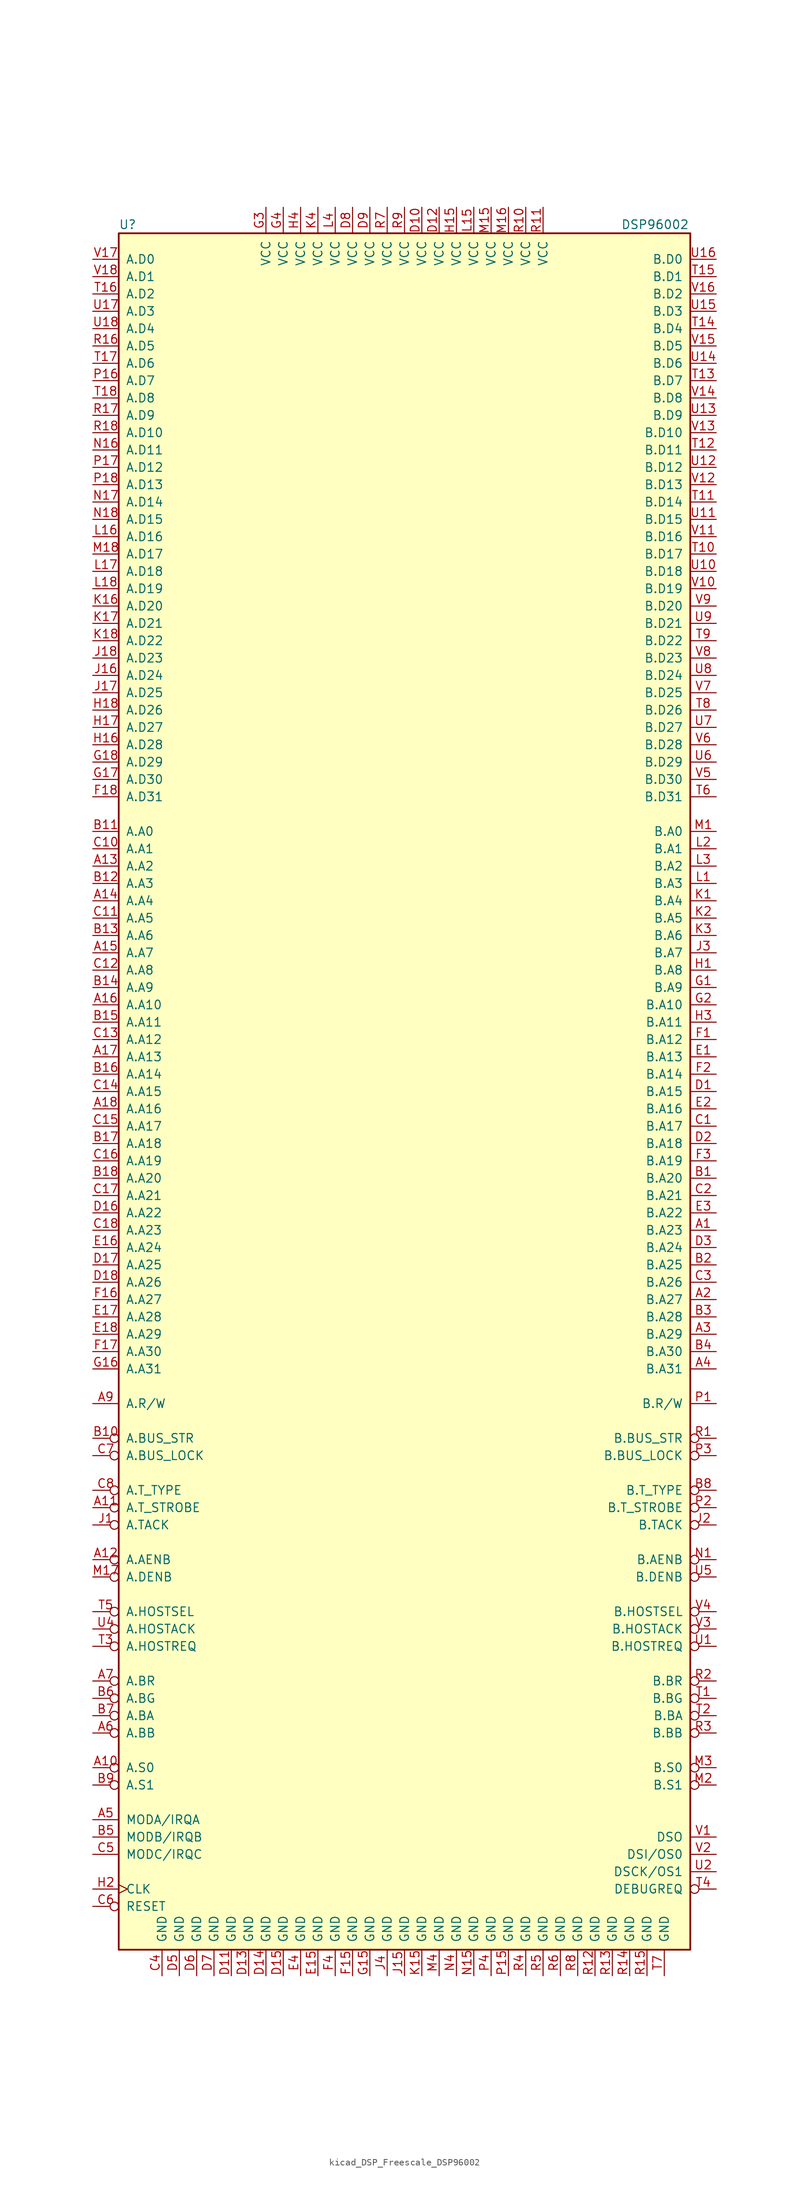
<source format=kicad_sym>
(kicad_symbol_lib
  (version 20220914)
  (generator kicad_symbol_editor)
  (symbol "kicad_DSP_Freescale_DSP96002"
    (pin_names
      (offset 1.016))
    (property "Reference" "U"
      (at -41.91 127 0)
      (effects (font (size 1.27 1.27)) (justify left)))
    (property "Value" "DSP96002"
      (at 31.75 127 0)
      (effects (font (size 1.27 1.27)) (justify left)))
    (symbol "kicad_DSP_Freescale_DSP96002_0_1"
      (rectangle (start -41.91 -125.73) (end 41.91 125.73) (stroke (width 0.254) (type default)) (fill (type background))))
    (symbol "kicad_DSP_Freescale_DSP96002_1_1"
      (pin tri_state line (at 45.72 -20.32 180) (length 3.81) (name "B.A23" (effects (font (size 1.27 1.27)))) (number "A1" (effects (font (size 1.27 1.27)))))
      (pin tri_state inverted (at -45.72 -99.06 0) (length 3.81) (name "A.S0" (effects (font (size 1.27 1.27)))) (number "A10" (effects (font (size 1.27 1.27)))))
      (pin tri_state inverted (at -45.72 -60.96 0) (length 3.81) (name "A.T_STROBE" (effects (font (size 1.27 1.27)))) (number "A11" (effects (font (size 1.27 1.27)))))
      (pin input inverted (at -45.72 -68.58 0) (length 3.81) (name "A.AENB" (effects (font (size 1.27 1.27)))) (number "A12" (effects (font (size 1.27 1.27)))))
      (pin tri_state line (at -45.72 33.02 0) (length 3.81) (name "A.A2" (effects (font (size 1.27 1.27)))) (number "A13" (effects (font (size 1.27 1.27)))))
      (pin tri_state line (at -45.72 27.94 0) (length 3.81) (name "A.A4" (effects (font (size 1.27 1.27)))) (number "A14" (effects (font (size 1.27 1.27)))))
      (pin tri_state line (at -45.72 20.32 0) (length 3.81) (name "A.A7" (effects (font (size 1.27 1.27)))) (number "A15" (effects (font (size 1.27 1.27)))))
      (pin tri_state line (at -45.72 12.7 0) (length 3.81) (name "A.A10" (effects (font (size 1.27 1.27)))) (number "A16" (effects (font (size 1.27 1.27)))))
      (pin tri_state line (at -45.72 5.08 0) (length 3.81) (name "A.A13" (effects (font (size 1.27 1.27)))) (number "A17" (effects (font (size 1.27 1.27)))))
      (pin tri_state line (at -45.72 -2.54 0) (length 3.81) (name "A.A16" (effects (font (size 1.27 1.27)))) (number "A18" (effects (font (size 1.27 1.27)))))
      (pin tri_state line (at 45.72 -30.48 180) (length 3.81) (name "B.A27" (effects (font (size 1.27 1.27)))) (number "A2" (effects (font (size 1.27 1.27)))))
      (pin tri_state line (at 45.72 -35.56 180) (length 3.81) (name "B.A29" (effects (font (size 1.27 1.27)))) (number "A3" (effects (font (size 1.27 1.27)))))
      (pin tri_state line (at 45.72 -40.64 180) (length 3.81) (name "B.A31" (effects (font (size 1.27 1.27)))) (number "A4" (effects (font (size 1.27 1.27)))))
      (pin input line (at -45.72 -106.68 0) (length 3.81) (name "MODA/IRQA" (effects (font (size 1.27 1.27)))) (number "A5" (effects (font (size 1.27 1.27)))))
      (pin input inverted (at -45.72 -93.98 0) (length 3.81) (name "A.BB" (effects (font (size 1.27 1.27)))) (number "A6" (effects (font (size 1.27 1.27)))))
      (pin output inverted (at -45.72 -86.36 0) (length 3.81) (name "A.BR" (effects (font (size 1.27 1.27)))) (number "A7" (effects (font (size 1.27 1.27)))))
      (pin tri_state line (at -45.72 -45.72 0) (length 3.81) (name "A.R/W" (effects (font (size 1.27 1.27)))) (number "A9" (effects (font (size 1.27 1.27)))))
      (pin tri_state line (at 45.72 -12.7 180) (length 3.81) (name "B.A20" (effects (font (size 1.27 1.27)))) (number "B1" (effects (font (size 1.27 1.27)))))
      (pin output inverted (at -45.72 -50.8 0) (length 3.81) (name "A.BUS_STR" (effects (font (size 1.27 1.27)))) (number "B10" (effects (font (size 1.27 1.27)))))
      (pin tri_state line (at -45.72 38.1 0) (length 3.81) (name "A.A0" (effects (font (size 1.27 1.27)))) (number "B11" (effects (font (size 1.27 1.27)))))
      (pin tri_state line (at -45.72 30.48 0) (length 3.81) (name "A.A3" (effects (font (size 1.27 1.27)))) (number "B12" (effects (font (size 1.27 1.27)))))
      (pin tri_state line (at -45.72 22.86 0) (length 3.81) (name "A.A6" (effects (font (size 1.27 1.27)))) (number "B13" (effects (font (size 1.27 1.27)))))
      (pin tri_state line (at -45.72 15.24 0) (length 3.81) (name "A.A9" (effects (font (size 1.27 1.27)))) (number "B14" (effects (font (size 1.27 1.27)))))
      (pin tri_state line (at -45.72 10.16 0) (length 3.81) (name "A.A11" (effects (font (size 1.27 1.27)))) (number "B15" (effects (font (size 1.27 1.27)))))
      (pin tri_state line (at -45.72 2.54 0) (length 3.81) (name "A.A14" (effects (font (size 1.27 1.27)))) (number "B16" (effects (font (size 1.27 1.27)))))
      (pin tri_state line (at -45.72 -7.62 0) (length 3.81) (name "A.A18" (effects (font (size 1.27 1.27)))) (number "B17" (effects (font (size 1.27 1.27)))))
      (pin tri_state line (at -45.72 -12.7 0) (length 3.81) (name "A.A20" (effects (font (size 1.27 1.27)))) (number "B18" (effects (font (size 1.27 1.27)))))
      (pin tri_state line (at 45.72 -25.4 180) (length 3.81) (name "B.A25" (effects (font (size 1.27 1.27)))) (number "B2" (effects (font (size 1.27 1.27)))))
      (pin tri_state line (at 45.72 -33.02 180) (length 3.81) (name "B.A28" (effects (font (size 1.27 1.27)))) (number "B3" (effects (font (size 1.27 1.27)))))
      (pin tri_state line (at 45.72 -38.1 180) (length 3.81) (name "B.A30" (effects (font (size 1.27 1.27)))) (number "B4" (effects (font (size 1.27 1.27)))))
      (pin input line (at -45.72 -109.22 0) (length 3.81) (name "MODB/IRQB" (effects (font (size 1.27 1.27)))) (number "B5" (effects (font (size 1.27 1.27)))))
      (pin input inverted (at -45.72 -88.9 0) (length 3.81) (name "A.BG" (effects (font (size 1.27 1.27)))) (number "B6" (effects (font (size 1.27 1.27)))))
      (pin open_collector inverted (at -45.72 -91.44 0) (length 3.81) (name "A.BA" (effects (font (size 1.27 1.27)))) (number "B7" (effects (font (size 1.27 1.27)))))
      (pin output inverted (at 45.72 -58.42 180) (length 3.81) (name "B.T_TYPE" (effects (font (size 1.27 1.27)))) (number "B8" (effects (font (size 1.27 1.27)))))
      (pin tri_state inverted (at -45.72 -101.6 0) (length 3.81) (name "A.S1" (effects (font (size 1.27 1.27)))) (number "B9" (effects (font (size 1.27 1.27)))))
      (pin tri_state line (at 45.72 -5.08 180) (length 3.81) (name "B.A17" (effects (font (size 1.27 1.27)))) (number "C1" (effects (font (size 1.27 1.27)))))
      (pin tri_state line (at -45.72 35.56 0) (length 3.81) (name "A.A1" (effects (font (size 1.27 1.27)))) (number "C10" (effects (font (size 1.27 1.27)))))
      (pin tri_state line (at -45.72 25.4 0) (length 3.81) (name "A.A5" (effects (font (size 1.27 1.27)))) (number "C11" (effects (font (size 1.27 1.27)))))
      (pin tri_state line (at -45.72 17.78 0) (length 3.81) (name "A.A8" (effects (font (size 1.27 1.27)))) (number "C12" (effects (font (size 1.27 1.27)))))
      (pin tri_state line (at -45.72 7.62 0) (length 3.81) (name "A.A12" (effects (font (size 1.27 1.27)))) (number "C13" (effects (font (size 1.27 1.27)))))
      (pin tri_state line (at -45.72 0 0) (length 3.81) (name "A.A15" (effects (font (size 1.27 1.27)))) (number "C14" (effects (font (size 1.27 1.27)))))
      (pin tri_state line (at -45.72 -5.08 0) (length 3.81) (name "A.A17" (effects (font (size 1.27 1.27)))) (number "C15" (effects (font (size 1.27 1.27)))))
      (pin tri_state line (at -45.72 -10.16 0) (length 3.81) (name "A.A19" (effects (font (size 1.27 1.27)))) (number "C16" (effects (font (size 1.27 1.27)))))
      (pin tri_state line (at -45.72 -15.24 0) (length 3.81) (name "A.A21" (effects (font (size 1.27 1.27)))) (number "C17" (effects (font (size 1.27 1.27)))))
      (pin tri_state line (at -45.72 -20.32 0) (length 3.81) (name "A.A23" (effects (font (size 1.27 1.27)))) (number "C18" (effects (font (size 1.27 1.27)))))
      (pin tri_state line (at 45.72 -15.24 180) (length 3.81) (name "B.A21" (effects (font (size 1.27 1.27)))) (number "C2" (effects (font (size 1.27 1.27)))))
      (pin tri_state line (at 45.72 -27.94 180) (length 3.81) (name "B.A26" (effects (font (size 1.27 1.27)))) (number "C3" (effects (font (size 1.27 1.27)))))
      (pin power_in line (at -35.56 -129.54 90) (length 3.81) (name "GND" (effects (font (size 1.27 1.27)))) (number "C4" (effects (font (size 1.27 1.27)))))
      (pin input line (at -45.72 -111.76 0) (length 3.81) (name "MODC/IRQC" (effects (font (size 1.27 1.27)))) (number "C5" (effects (font (size 1.27 1.27)))))
      (pin input inverted (at -45.72 -119.38 0) (length 3.81) (name "RESET" (effects (font (size 1.27 1.27)))) (number "C6" (effects (font (size 1.27 1.27)))))
      (pin output inverted (at -45.72 -53.34 0) (length 3.81) (name "A.BUS_LOCK" (effects (font (size 1.27 1.27)))) (number "C7" (effects (font (size 1.27 1.27)))))
      (pin output inverted (at -45.72 -58.42 0) (length 3.81) (name "A.T_TYPE" (effects (font (size 1.27 1.27)))) (number "C8" (effects (font (size 1.27 1.27)))))
      (pin tri_state line (at 45.72 0 180) (length 3.81) (name "B.A15" (effects (font (size 1.27 1.27)))) (number "D1" (effects (font (size 1.27 1.27)))))
      (pin power_in line (at 2.54 129.54 270) (length 3.81) (name "VCC" (effects (font (size 1.27 1.27)))) (number "D10" (effects (font (size 1.27 1.27)))))
      (pin power_in line (at -25.4 -129.54 90) (length 3.81) (name "GND" (effects (font (size 1.27 1.27)))) (number "D11" (effects (font (size 1.27 1.27)))))
      (pin power_in line (at 5.08 129.54 270) (length 3.81) (name "VCC" (effects (font (size 1.27 1.27)))) (number "D12" (effects (font (size 1.27 1.27)))))
      (pin power_in line (at -22.86 -129.54 90) (length 3.81) (name "GND" (effects (font (size 1.27 1.27)))) (number "D13" (effects (font (size 1.27 1.27)))))
      (pin power_in line (at -20.32 -129.54 90) (length 3.81) (name "GND" (effects (font (size 1.27 1.27)))) (number "D14" (effects (font (size 1.27 1.27)))))
      (pin power_in line (at -17.78 -129.54 90) (length 3.81) (name "GND" (effects (font (size 1.27 1.27)))) (number "D15" (effects (font (size 1.27 1.27)))))
      (pin tri_state line (at -45.72 -17.78 0) (length 3.81) (name "A.A22" (effects (font (size 1.27 1.27)))) (number "D16" (effects (font (size 1.27 1.27)))))
      (pin tri_state line (at -45.72 -25.4 0) (length 3.81) (name "A.A25" (effects (font (size 1.27 1.27)))) (number "D17" (effects (font (size 1.27 1.27)))))
      (pin tri_state line (at -45.72 -27.94 0) (length 3.81) (name "A.A26" (effects (font (size 1.27 1.27)))) (number "D18" (effects (font (size 1.27 1.27)))))
      (pin tri_state line (at 45.72 -7.62 180) (length 3.81) (name "B.A18" (effects (font (size 1.27 1.27)))) (number "D2" (effects (font (size 1.27 1.27)))))
      (pin tri_state line (at 45.72 -22.86 180) (length 3.81) (name "B.A24" (effects (font (size 1.27 1.27)))) (number "D3" (effects (font (size 1.27 1.27)))))
      (pin power_in line (at -33.02 -129.54 90) (length 3.81) (name "GND" (effects (font (size 1.27 1.27)))) (number "D5" (effects (font (size 1.27 1.27)))))
      (pin power_in line (at -30.48 -129.54 90) (length 3.81) (name "GND" (effects (font (size 1.27 1.27)))) (number "D6" (effects (font (size 1.27 1.27)))))
      (pin power_in line (at -27.94 -129.54 90) (length 3.81) (name "GND" (effects (font (size 1.27 1.27)))) (number "D7" (effects (font (size 1.27 1.27)))))
      (pin power_in line (at -7.62 129.54 270) (length 3.81) (name "VCC" (effects (font (size 1.27 1.27)))) (number "D8" (effects (font (size 1.27 1.27)))))
      (pin power_in line (at -5.08 129.54 270) (length 3.81) (name "VCC" (effects (font (size 1.27 1.27)))) (number "D9" (effects (font (size 1.27 1.27)))))
      (pin tri_state line (at 45.72 5.08 180) (length 3.81) (name "B.A13" (effects (font (size 1.27 1.27)))) (number "E1" (effects (font (size 1.27 1.27)))))
      (pin power_in line (at -12.7 -129.54 90) (length 3.81) (name "GND" (effects (font (size 1.27 1.27)))) (number "E15" (effects (font (size 1.27 1.27)))))
      (pin tri_state line (at -45.72 -22.86 0) (length 3.81) (name "A.A24" (effects (font (size 1.27 1.27)))) (number "E16" (effects (font (size 1.27 1.27)))))
      (pin tri_state line (at -45.72 -33.02 0) (length 3.81) (name "A.A28" (effects (font (size 1.27 1.27)))) (number "E17" (effects (font (size 1.27 1.27)))))
      (pin tri_state line (at -45.72 -35.56 0) (length 3.81) (name "A.A29" (effects (font (size 1.27 1.27)))) (number "E18" (effects (font (size 1.27 1.27)))))
      (pin tri_state line (at 45.72 -2.54 180) (length 3.81) (name "B.A16" (effects (font (size 1.27 1.27)))) (number "E2" (effects (font (size 1.27 1.27)))))
      (pin tri_state line (at 45.72 -17.78 180) (length 3.81) (name "B.A22" (effects (font (size 1.27 1.27)))) (number "E3" (effects (font (size 1.27 1.27)))))
      (pin power_in line (at -15.24 -129.54 90) (length 3.81) (name "GND" (effects (font (size 1.27 1.27)))) (number "E4" (effects (font (size 1.27 1.27)))))
      (pin tri_state line (at 45.72 7.62 180) (length 3.81) (name "B.A12" (effects (font (size 1.27 1.27)))) (number "F1" (effects (font (size 1.27 1.27)))))
      (pin power_in line (at -7.62 -129.54 90) (length 3.81) (name "GND" (effects (font (size 1.27 1.27)))) (number "F15" (effects (font (size 1.27 1.27)))))
      (pin tri_state line (at -45.72 -30.48 0) (length 3.81) (name "A.A27" (effects (font (size 1.27 1.27)))) (number "F16" (effects (font (size 1.27 1.27)))))
      (pin tri_state line (at -45.72 -38.1 0) (length 3.81) (name "A.A30" (effects (font (size 1.27 1.27)))) (number "F17" (effects (font (size 1.27 1.27)))))
      (pin tri_state line (at -45.72 43.18 0) (length 3.81) (name "A.D31" (effects (font (size 1.27 1.27)))) (number "F18" (effects (font (size 1.27 1.27)))))
      (pin tri_state line (at 45.72 2.54 180) (length 3.81) (name "B.A14" (effects (font (size 1.27 1.27)))) (number "F2" (effects (font (size 1.27 1.27)))))
      (pin tri_state line (at 45.72 -10.16 180) (length 3.81) (name "B.A19" (effects (font (size 1.27 1.27)))) (number "F3" (effects (font (size 1.27 1.27)))))
      (pin power_in line (at -10.16 -129.54 90) (length 3.81) (name "GND" (effects (font (size 1.27 1.27)))) (number "F4" (effects (font (size 1.27 1.27)))))
      (pin tri_state line (at 45.72 15.24 180) (length 3.81) (name "B.A9" (effects (font (size 1.27 1.27)))) (number "G1" (effects (font (size 1.27 1.27)))))
      (pin power_in line (at -5.08 -129.54 90) (length 3.81) (name "GND" (effects (font (size 1.27 1.27)))) (number "G15" (effects (font (size 1.27 1.27)))))
      (pin tri_state line (at -45.72 -40.64 0) (length 3.81) (name "A.A31" (effects (font (size 1.27 1.27)))) (number "G16" (effects (font (size 1.27 1.27)))))
      (pin tri_state line (at -45.72 45.72 0) (length 3.81) (name "A.D30" (effects (font (size 1.27 1.27)))) (number "G17" (effects (font (size 1.27 1.27)))))
      (pin tri_state line (at -45.72 48.26 0) (length 3.81) (name "A.D29" (effects (font (size 1.27 1.27)))) (number "G18" (effects (font (size 1.27 1.27)))))
      (pin tri_state line (at 45.72 12.7 180) (length 3.81) (name "B.A10" (effects (font (size 1.27 1.27)))) (number "G2" (effects (font (size 1.27 1.27)))))
      (pin power_in line (at -20.32 129.54 270) (length 3.81) (name "VCC" (effects (font (size 1.27 1.27)))) (number "G3" (effects (font (size 1.27 1.27)))))
      (pin power_in line (at -17.78 129.54 270) (length 3.81) (name "VCC" (effects (font (size 1.27 1.27)))) (number "G4" (effects (font (size 1.27 1.27)))))
      (pin tri_state line (at 45.72 17.78 180) (length 3.81) (name "B.A8" (effects (font (size 1.27 1.27)))) (number "H1" (effects (font (size 1.27 1.27)))))
      (pin power_in line (at 7.62 129.54 270) (length 3.81) (name "VCC" (effects (font (size 1.27 1.27)))) (number "H15" (effects (font (size 1.27 1.27)))))
      (pin tri_state line (at -45.72 50.8 0) (length 3.81) (name "A.D28" (effects (font (size 1.27 1.27)))) (number "H16" (effects (font (size 1.27 1.27)))))
      (pin tri_state line (at -45.72 53.34 0) (length 3.81) (name "A.D27" (effects (font (size 1.27 1.27)))) (number "H17" (effects (font (size 1.27 1.27)))))
      (pin tri_state line (at -45.72 55.88 0) (length 3.81) (name "A.D26" (effects (font (size 1.27 1.27)))) (number "H18" (effects (font (size 1.27 1.27)))))
      (pin input clock (at -45.72 -116.84 0) (length 3.81) (name "CLK" (effects (font (size 1.27 1.27)))) (number "H2" (effects (font (size 1.27 1.27)))))
      (pin tri_state line (at 45.72 10.16 180) (length 3.81) (name "B.A11" (effects (font (size 1.27 1.27)))) (number "H3" (effects (font (size 1.27 1.27)))))
      (pin power_in line (at -15.24 129.54 270) (length 3.81) (name "VCC" (effects (font (size 1.27 1.27)))) (number "H4" (effects (font (size 1.27 1.27)))))
      (pin input inverted (at -45.72 -63.5 0) (length 3.81) (name "A.TACK" (effects (font (size 1.27 1.27)))) (number "J1" (effects (font (size 1.27 1.27)))))
      (pin power_in line (at 0 -129.54 90) (length 3.81) (name "GND" (effects (font (size 1.27 1.27)))) (number "J15" (effects (font (size 1.27 1.27)))))
      (pin tri_state line (at -45.72 60.96 0) (length 3.81) (name "A.D24" (effects (font (size 1.27 1.27)))) (number "J16" (effects (font (size 1.27 1.27)))))
      (pin tri_state line (at -45.72 58.42 0) (length 3.81) (name "A.D25" (effects (font (size 1.27 1.27)))) (number "J17" (effects (font (size 1.27 1.27)))))
      (pin tri_state line (at -45.72 63.5 0) (length 3.81) (name "A.D23" (effects (font (size 1.27 1.27)))) (number "J18" (effects (font (size 1.27 1.27)))))
      (pin input inverted (at 45.72 -63.5 180) (length 3.81) (name "B.TACK" (effects (font (size 1.27 1.27)))) (number "J2" (effects (font (size 1.27 1.27)))))
      (pin tri_state line (at 45.72 20.32 180) (length 3.81) (name "B.A7" (effects (font (size 1.27 1.27)))) (number "J3" (effects (font (size 1.27 1.27)))))
      (pin power_in line (at -2.54 -129.54 90) (length 3.81) (name "GND" (effects (font (size 1.27 1.27)))) (number "J4" (effects (font (size 1.27 1.27)))))
      (pin tri_state line (at 45.72 27.94 180) (length 3.81) (name "B.A4" (effects (font (size 1.27 1.27)))) (number "K1" (effects (font (size 1.27 1.27)))))
      (pin power_in line (at 2.54 -129.54 90) (length 3.81) (name "GND" (effects (font (size 1.27 1.27)))) (number "K15" (effects (font (size 1.27 1.27)))))
      (pin tri_state line (at -45.72 71.12 0) (length 3.81) (name "A.D20" (effects (font (size 1.27 1.27)))) (number "K16" (effects (font (size 1.27 1.27)))))
      (pin tri_state line (at -45.72 68.58 0) (length 3.81) (name "A.D21" (effects (font (size 1.27 1.27)))) (number "K17" (effects (font (size 1.27 1.27)))))
      (pin tri_state line (at -45.72 66.04 0) (length 3.81) (name "A.D22" (effects (font (size 1.27 1.27)))) (number "K18" (effects (font (size 1.27 1.27)))))
      (pin tri_state line (at 45.72 25.4 180) (length 3.81) (name "B.A5" (effects (font (size 1.27 1.27)))) (number "K2" (effects (font (size 1.27 1.27)))))
      (pin tri_state line (at 45.72 22.86 180) (length 3.81) (name "B.A6" (effects (font (size 1.27 1.27)))) (number "K3" (effects (font (size 1.27 1.27)))))
      (pin power_in line (at -12.7 129.54 270) (length 3.81) (name "VCC" (effects (font (size 1.27 1.27)))) (number "K4" (effects (font (size 1.27 1.27)))))
      (pin tri_state line (at 45.72 30.48 180) (length 3.81) (name "B.A3" (effects (font (size 1.27 1.27)))) (number "L1" (effects (font (size 1.27 1.27)))))
      (pin power_in line (at 10.16 129.54 270) (length 3.81) (name "VCC" (effects (font (size 1.27 1.27)))) (number "L15" (effects (font (size 1.27 1.27)))))
      (pin tri_state line (at -45.72 81.28 0) (length 3.81) (name "A.D16" (effects (font (size 1.27 1.27)))) (number "L16" (effects (font (size 1.27 1.27)))))
      (pin tri_state line (at -45.72 76.2 0) (length 3.81) (name "A.D18" (effects (font (size 1.27 1.27)))) (number "L17" (effects (font (size 1.27 1.27)))))
      (pin tri_state line (at -45.72 73.66 0) (length 3.81) (name "A.D19" (effects (font (size 1.27 1.27)))) (number "L18" (effects (font (size 1.27 1.27)))))
      (pin tri_state line (at 45.72 35.56 180) (length 3.81) (name "B.A1" (effects (font (size 1.27 1.27)))) (number "L2" (effects (font (size 1.27 1.27)))))
      (pin tri_state line (at 45.72 33.02 180) (length 3.81) (name "B.A2" (effects (font (size 1.27 1.27)))) (number "L3" (effects (font (size 1.27 1.27)))))
      (pin power_in line (at -10.16 129.54 270) (length 3.81) (name "VCC" (effects (font (size 1.27 1.27)))) (number "L4" (effects (font (size 1.27 1.27)))))
      (pin tri_state line (at 45.72 38.1 180) (length 3.81) (name "B.A0" (effects (font (size 1.27 1.27)))) (number "M1" (effects (font (size 1.27 1.27)))))
      (pin power_in line (at 12.7 129.54 270) (length 3.81) (name "VCC" (effects (font (size 1.27 1.27)))) (number "M15" (effects (font (size 1.27 1.27)))))
      (pin power_in line (at 15.24 129.54 270) (length 3.81) (name "VCC" (effects (font (size 1.27 1.27)))) (number "M16" (effects (font (size 1.27 1.27)))))
      (pin input inverted (at -45.72 -71.12 0) (length 3.81) (name "A.DENB" (effects (font (size 1.27 1.27)))) (number "M17" (effects (font (size 1.27 1.27)))))
      (pin tri_state line (at -45.72 78.74 0) (length 3.81) (name "A.D17" (effects (font (size 1.27 1.27)))) (number "M18" (effects (font (size 1.27 1.27)))))
      (pin tri_state inverted (at 45.72 -101.6 180) (length 3.81) (name "B.S1" (effects (font (size 1.27 1.27)))) (number "M2" (effects (font (size 1.27 1.27)))))
      (pin tri_state inverted (at 45.72 -99.06 180) (length 3.81) (name "B.S0" (effects (font (size 1.27 1.27)))) (number "M3" (effects (font (size 1.27 1.27)))))
      (pin power_in line (at 5.08 -129.54 90) (length 3.81) (name "GND" (effects (font (size 1.27 1.27)))) (number "M4" (effects (font (size 1.27 1.27)))))
      (pin input inverted (at 45.72 -68.58 180) (length 3.81) (name "B.AENB" (effects (font (size 1.27 1.27)))) (number "N1" (effects (font (size 1.27 1.27)))))
      (pin power_in line (at 10.16 -129.54 90) (length 3.81) (name "GND" (effects (font (size 1.27 1.27)))) (number "N15" (effects (font (size 1.27 1.27)))))
      (pin tri_state line (at -45.72 93.98 0) (length 3.81) (name "A.D11" (effects (font (size 1.27 1.27)))) (number "N16" (effects (font (size 1.27 1.27)))))
      (pin tri_state line (at -45.72 86.36 0) (length 3.81) (name "A.D14" (effects (font (size 1.27 1.27)))) (number "N17" (effects (font (size 1.27 1.27)))))
      (pin tri_state line (at -45.72 83.82 0) (length 3.81) (name "A.D15" (effects (font (size 1.27 1.27)))) (number "N18" (effects (font (size 1.27 1.27)))))
      (pin power_in line (at 7.62 -129.54 90) (length 3.81) (name "GND" (effects (font (size 1.27 1.27)))) (number "N4" (effects (font (size 1.27 1.27)))))
      (pin tri_state line (at 45.72 -45.72 180) (length 3.81) (name "B.R/W" (effects (font (size 1.27 1.27)))) (number "P1" (effects (font (size 1.27 1.27)))))
      (pin power_in line (at 15.24 -129.54 90) (length 3.81) (name "GND" (effects (font (size 1.27 1.27)))) (number "P15" (effects (font (size 1.27 1.27)))))
      (pin tri_state line (at -45.72 104.14 0) (length 3.81) (name "A.D7" (effects (font (size 1.27 1.27)))) (number "P16" (effects (font (size 1.27 1.27)))))
      (pin tri_state line (at -45.72 91.44 0) (length 3.81) (name "A.D12" (effects (font (size 1.27 1.27)))) (number "P17" (effects (font (size 1.27 1.27)))))
      (pin tri_state line (at -45.72 88.9 0) (length 3.81) (name "A.D13" (effects (font (size 1.27 1.27)))) (number "P18" (effects (font (size 1.27 1.27)))))
      (pin tri_state inverted (at 45.72 -60.96 180) (length 3.81) (name "B.T_STROBE" (effects (font (size 1.27 1.27)))) (number "P2" (effects (font (size 1.27 1.27)))))
      (pin output inverted (at 45.72 -53.34 180) (length 3.81) (name "B.BUS_LOCK" (effects (font (size 1.27 1.27)))) (number "P3" (effects (font (size 1.27 1.27)))))
      (pin power_in line (at 12.7 -129.54 90) (length 3.81) (name "GND" (effects (font (size 1.27 1.27)))) (number "P4" (effects (font (size 1.27 1.27)))))
      (pin output inverted (at 45.72 -50.8 180) (length 3.81) (name "B.BUS_STR" (effects (font (size 1.27 1.27)))) (number "R1" (effects (font (size 1.27 1.27)))))
      (pin power_in line (at 17.78 129.54 270) (length 3.81) (name "VCC" (effects (font (size 1.27 1.27)))) (number "R10" (effects (font (size 1.27 1.27)))))
      (pin power_in line (at 20.32 129.54 270) (length 3.81) (name "VCC" (effects (font (size 1.27 1.27)))) (number "R11" (effects (font (size 1.27 1.27)))))
      (pin power_in line (at 27.94 -129.54 90) (length 3.81) (name "GND" (effects (font (size 1.27 1.27)))) (number "R12" (effects (font (size 1.27 1.27)))))
      (pin power_in line (at 30.48 -129.54 90) (length 3.81) (name "GND" (effects (font (size 1.27 1.27)))) (number "R13" (effects (font (size 1.27 1.27)))))
      (pin power_in line (at 33.02 -129.54 90) (length 3.81) (name "GND" (effects (font (size 1.27 1.27)))) (number "R14" (effects (font (size 1.27 1.27)))))
      (pin power_in line (at 35.56 -129.54 90) (length 3.81) (name "GND" (effects (font (size 1.27 1.27)))) (number "R15" (effects (font (size 1.27 1.27)))))
      (pin tri_state line (at -45.72 109.22 0) (length 3.81) (name "A.D5" (effects (font (size 1.27 1.27)))) (number "R16" (effects (font (size 1.27 1.27)))))
      (pin tri_state line (at -45.72 99.06 0) (length 3.81) (name "A.D9" (effects (font (size 1.27 1.27)))) (number "R17" (effects (font (size 1.27 1.27)))))
      (pin tri_state line (at -45.72 96.52 0) (length 3.81) (name "A.D10" (effects (font (size 1.27 1.27)))) (number "R18" (effects (font (size 1.27 1.27)))))
      (pin output inverted (at 45.72 -86.36 180) (length 3.81) (name "B.BR" (effects (font (size 1.27 1.27)))) (number "R2" (effects (font (size 1.27 1.27)))))
      (pin input inverted (at 45.72 -93.98 180) (length 3.81) (name "B.BB" (effects (font (size 1.27 1.27)))) (number "R3" (effects (font (size 1.27 1.27)))))
      (pin power_in line (at 17.78 -129.54 90) (length 3.81) (name "GND" (effects (font (size 1.27 1.27)))) (number "R4" (effects (font (size 1.27 1.27)))))
      (pin power_in line (at 20.32 -129.54 90) (length 3.81) (name "GND" (effects (font (size 1.27 1.27)))) (number "R5" (effects (font (size 1.27 1.27)))))
      (pin power_in line (at 22.86 -129.54 90) (length 3.81) (name "GND" (effects (font (size 1.27 1.27)))) (number "R6" (effects (font (size 1.27 1.27)))))
      (pin power_in line (at -2.54 129.54 270) (length 3.81) (name "VCC" (effects (font (size 1.27 1.27)))) (number "R7" (effects (font (size 1.27 1.27)))))
      (pin power_in line (at 25.4 -129.54 90) (length 3.81) (name "GND" (effects (font (size 1.27 1.27)))) (number "R8" (effects (font (size 1.27 1.27)))))
      (pin power_in line (at 0 129.54 270) (length 3.81) (name "VCC" (effects (font (size 1.27 1.27)))) (number "R9" (effects (font (size 1.27 1.27)))))
      (pin input inverted (at 45.72 -88.9 180) (length 3.81) (name "B.BG" (effects (font (size 1.27 1.27)))) (number "T1" (effects (font (size 1.27 1.27)))))
      (pin tri_state line (at 45.72 78.74 180) (length 3.81) (name "B.D17" (effects (font (size 1.27 1.27)))) (number "T10" (effects (font (size 1.27 1.27)))))
      (pin tri_state line (at 45.72 86.36 180) (length 3.81) (name "B.D14" (effects (font (size 1.27 1.27)))) (number "T11" (effects (font (size 1.27 1.27)))))
      (pin tri_state line (at 45.72 93.98 180) (length 3.81) (name "B.D11" (effects (font (size 1.27 1.27)))) (number "T12" (effects (font (size 1.27 1.27)))))
      (pin tri_state line (at 45.72 104.14 180) (length 3.81) (name "B.D7" (effects (font (size 1.27 1.27)))) (number "T13" (effects (font (size 1.27 1.27)))))
      (pin tri_state line (at 45.72 111.76 180) (length 3.81) (name "B.D4" (effects (font (size 1.27 1.27)))) (number "T14" (effects (font (size 1.27 1.27)))))
      (pin tri_state line (at 45.72 119.38 180) (length 3.81) (name "B.D1" (effects (font (size 1.27 1.27)))) (number "T15" (effects (font (size 1.27 1.27)))))
      (pin tri_state line (at -45.72 116.84 0) (length 3.81) (name "A.D2" (effects (font (size 1.27 1.27)))) (number "T16" (effects (font (size 1.27 1.27)))))
      (pin tri_state line (at -45.72 106.68 0) (length 3.81) (name "A.D6" (effects (font (size 1.27 1.27)))) (number "T17" (effects (font (size 1.27 1.27)))))
      (pin tri_state line (at -45.72 101.6 0) (length 3.81) (name "A.D8" (effects (font (size 1.27 1.27)))) (number "T18" (effects (font (size 1.27 1.27)))))
      (pin open_collector inverted (at 45.72 -91.44 180) (length 3.81) (name "B.BA" (effects (font (size 1.27 1.27)))) (number "T2" (effects (font (size 1.27 1.27)))))
      (pin output inverted (at -45.72 -81.28 0) (length 3.81) (name "A.HOSTREQ" (effects (font (size 1.27 1.27)))) (number "T3" (effects (font (size 1.27 1.27)))))
      (pin input inverted (at 45.72 -116.84 180) (length 3.81) (name "DEBUGREQ" (effects (font (size 1.27 1.27)))) (number "T4" (effects (font (size 1.27 1.27)))))
      (pin input inverted (at -45.72 -76.2 0) (length 3.81) (name "A.HOSTSEL" (effects (font (size 1.27 1.27)))) (number "T5" (effects (font (size 1.27 1.27)))))
      (pin tri_state line (at 45.72 43.18 180) (length 3.81) (name "B.D31" (effects (font (size 1.27 1.27)))) (number "T6" (effects (font (size 1.27 1.27)))))
      (pin power_in line (at 38.1 -129.54 90) (length 3.81) (name "GND" (effects (font (size 1.27 1.27)))) (number "T7" (effects (font (size 1.27 1.27)))))
      (pin tri_state line (at 45.72 55.88 180) (length 3.81) (name "B.D26" (effects (font (size 1.27 1.27)))) (number "T8" (effects (font (size 1.27 1.27)))))
      (pin tri_state line (at 45.72 66.04 180) (length 3.81) (name "B.D22" (effects (font (size 1.27 1.27)))) (number "T9" (effects (font (size 1.27 1.27)))))
      (pin output inverted (at 45.72 -81.28 180) (length 3.81) (name "B.HOSTREQ" (effects (font (size 1.27 1.27)))) (number "U1" (effects (font (size 1.27 1.27)))))
      (pin tri_state line (at 45.72 76.2 180) (length 3.81) (name "B.D18" (effects (font (size 1.27 1.27)))) (number "U10" (effects (font (size 1.27 1.27)))))
      (pin tri_state line (at 45.72 83.82 180) (length 3.81) (name "B.D15" (effects (font (size 1.27 1.27)))) (number "U11" (effects (font (size 1.27 1.27)))))
      (pin tri_state line (at 45.72 91.44 180) (length 3.81) (name "B.D12" (effects (font (size 1.27 1.27)))) (number "U12" (effects (font (size 1.27 1.27)))))
      (pin tri_state line (at 45.72 99.06 180) (length 3.81) (name "B.D9" (effects (font (size 1.27 1.27)))) (number "U13" (effects (font (size 1.27 1.27)))))
      (pin tri_state line (at 45.72 106.68 180) (length 3.81) (name "B.D6" (effects (font (size 1.27 1.27)))) (number "U14" (effects (font (size 1.27 1.27)))))
      (pin tri_state line (at 45.72 114.3 180) (length 3.81) (name "B.D3" (effects (font (size 1.27 1.27)))) (number "U15" (effects (font (size 1.27 1.27)))))
      (pin tri_state line (at 45.72 121.92 180) (length 3.81) (name "B.D0" (effects (font (size 1.27 1.27)))) (number "U16" (effects (font (size 1.27 1.27)))))
      (pin tri_state line (at -45.72 114.3 0) (length 3.81) (name "A.D3" (effects (font (size 1.27 1.27)))) (number "U17" (effects (font (size 1.27 1.27)))))
      (pin tri_state line (at -45.72 111.76 0) (length 3.81) (name "A.D4" (effects (font (size 1.27 1.27)))) (number "U18" (effects (font (size 1.27 1.27)))))
      (pin bidirectional line (at 45.72 -114.3 180) (length 3.81) (name "DSCK/OS1" (effects (font (size 1.27 1.27)))) (number "U2" (effects (font (size 1.27 1.27)))))
      (pin input inverted (at -45.72 -78.74 0) (length 3.81) (name "A.HOSTACK" (effects (font (size 1.27 1.27)))) (number "U4" (effects (font (size 1.27 1.27)))))
      (pin input inverted (at 45.72 -71.12 180) (length 3.81) (name "B.DENB" (effects (font (size 1.27 1.27)))) (number "U5" (effects (font (size 1.27 1.27)))))
      (pin tri_state line (at 45.72 48.26 180) (length 3.81) (name "B.D29" (effects (font (size 1.27 1.27)))) (number "U6" (effects (font (size 1.27 1.27)))))
      (pin tri_state line (at 45.72 53.34 180) (length 3.81) (name "B.D27" (effects (font (size 1.27 1.27)))) (number "U7" (effects (font (size 1.27 1.27)))))
      (pin tri_state line (at 45.72 60.96 180) (length 3.81) (name "B.D24" (effects (font (size 1.27 1.27)))) (number "U8" (effects (font (size 1.27 1.27)))))
      (pin tri_state line (at 45.72 68.58 180) (length 3.81) (name "B.D21" (effects (font (size 1.27 1.27)))) (number "U9" (effects (font (size 1.27 1.27)))))
      (pin output line (at 45.72 -109.22 180) (length 3.81) (name "DSO" (effects (font (size 1.27 1.27)))) (number "V1" (effects (font (size 1.27 1.27)))))
      (pin tri_state line (at 45.72 73.66 180) (length 3.81) (name "B.D19" (effects (font (size 1.27 1.27)))) (number "V10" (effects (font (size 1.27 1.27)))))
      (pin tri_state line (at 45.72 81.28 180) (length 3.81) (name "B.D16" (effects (font (size 1.27 1.27)))) (number "V11" (effects (font (size 1.27 1.27)))))
      (pin tri_state line (at 45.72 88.9 180) (length 3.81) (name "B.D13" (effects (font (size 1.27 1.27)))) (number "V12" (effects (font (size 1.27 1.27)))))
      (pin tri_state line (at 45.72 96.52 180) (length 3.81) (name "B.D10" (effects (font (size 1.27 1.27)))) (number "V13" (effects (font (size 1.27 1.27)))))
      (pin tri_state line (at 45.72 101.6 180) (length 3.81) (name "B.D8" (effects (font (size 1.27 1.27)))) (number "V14" (effects (font (size 1.27 1.27)))))
      (pin tri_state line (at 45.72 109.22 180) (length 3.81) (name "B.D5" (effects (font (size 1.27 1.27)))) (number "V15" (effects (font (size 1.27 1.27)))))
      (pin tri_state line (at 45.72 116.84 180) (length 3.81) (name "B.D2" (effects (font (size 1.27 1.27)))) (number "V16" (effects (font (size 1.27 1.27)))))
      (pin tri_state line (at -45.72 121.92 0) (length 3.81) (name "A.D0" (effects (font (size 1.27 1.27)))) (number "V17" (effects (font (size 1.27 1.27)))))
      (pin tri_state line (at -45.72 119.38 0) (length 3.81) (name "A.D1" (effects (font (size 1.27 1.27)))) (number "V18" (effects (font (size 1.27 1.27)))))
      (pin bidirectional line (at 45.72 -111.76 180) (length 3.81) (name "DSI/OS0" (effects (font (size 1.27 1.27)))) (number "V2" (effects (font (size 1.27 1.27)))))
      (pin input inverted (at 45.72 -78.74 180) (length 3.81) (name "B.HOSTACK" (effects (font (size 1.27 1.27)))) (number "V3" (effects (font (size 1.27 1.27)))))
      (pin input inverted (at 45.72 -76.2 180) (length 3.81) (name "B.HOSTSEL" (effects (font (size 1.27 1.27)))) (number "V4" (effects (font (size 1.27 1.27)))))
      (pin tri_state line (at 45.72 45.72 180) (length 3.81) (name "B.D30" (effects (font (size 1.27 1.27)))) (number "V5" (effects (font (size 1.27 1.27)))))
      (pin tri_state line (at 45.72 50.8 180) (length 3.81) (name "B.D28" (effects (font (size 1.27 1.27)))) (number "V6" (effects (font (size 1.27 1.27)))))
      (pin tri_state line (at 45.72 58.42 180) (length 3.81) (name "B.D25" (effects (font (size 1.27 1.27)))) (number "V7" (effects (font (size 1.27 1.27)))))
      (pin tri_state line (at 45.72 63.5 180) (length 3.81) (name "B.D23" (effects (font (size 1.27 1.27)))) (number "V8" (effects (font (size 1.27 1.27)))))
      (pin tri_state line (at 45.72 71.12 180) (length 3.81) (name "B.D20" (effects (font (size 1.27 1.27)))) (number "V9" (effects (font (size 1.27 1.27))))))))
</source>
